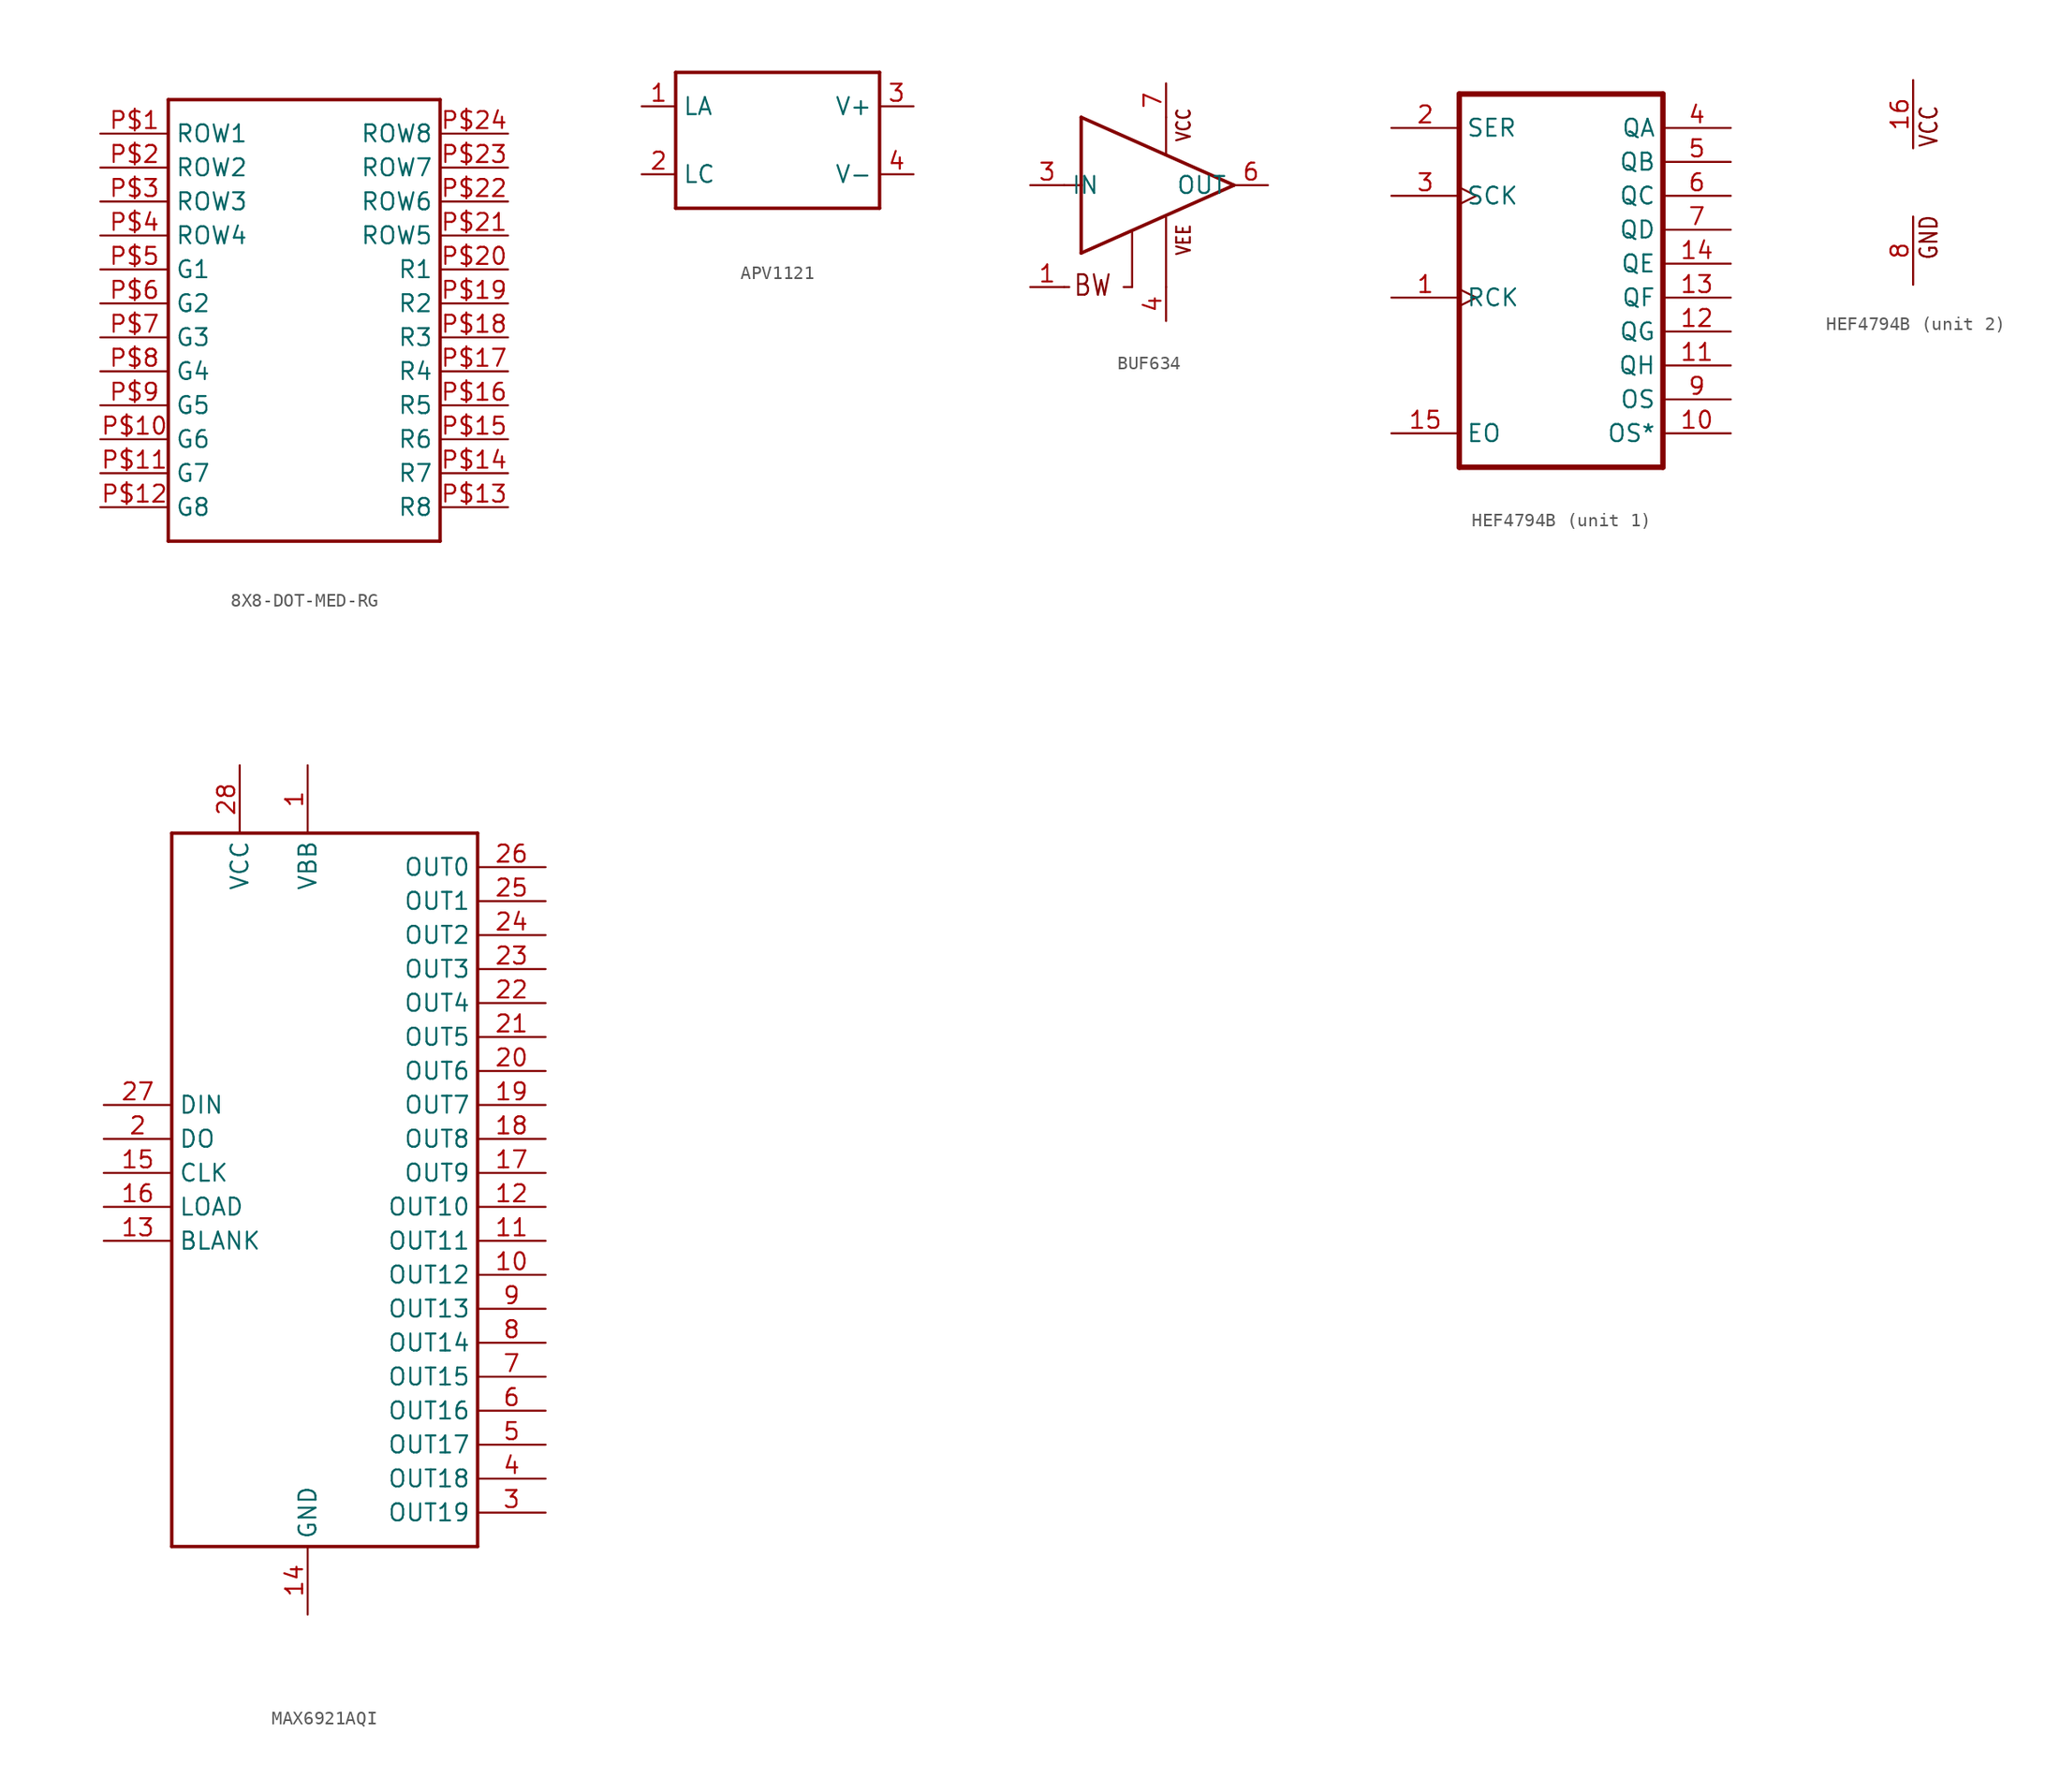
<source format=kicad_sym>
(kicad_symbol_lib
  (version 20231120)
  (generator "kicad_symbol_editor")
  (generator_version "8.0")
  (symbol "8X8-DOT-MED-RG"
    (property "Reference" "DS"
      (at -0.508 16.51 0)
      (effects (font (size 1.27 1.27)) (hide yes)))
    (symbol "8X8-DOT-MED-RG_1_0"
      (polyline (pts (xy -10.16 -17.78) (xy -10.16 15.24)) (stroke (width 0.254) (type solid)) (fill (type none)))
      (polyline (pts (xy -10.16 15.24) (xy 10.16 15.24)) (stroke (width 0.254) (type solid)) (fill (type none)))
      (polyline (pts (xy 10.16 -17.78) (xy -10.16 -17.78)) (stroke (width 0.254) (type solid)) (fill (type none)))
      (polyline (pts (xy 10.16 15.24) (xy 10.16 -17.78)) (stroke (width 0.254) (type solid)) (fill (type none)))
      (pin bidirectional line (at -15.24 12.7 0) (length 5.08) (name "ROW1" (effects (font (size 1.27 1.27)))) (number "P$1" (effects (font (size 1.27 1.27)))))
      (pin bidirectional line (at -15.24 -10.16 0) (length 5.08) (name "G6" (effects (font (size 1.27 1.27)))) (number "P$10" (effects (font (size 1.27 1.27)))))
      (pin bidirectional line (at -15.24 -12.7 0) (length 5.08) (name "G7" (effects (font (size 1.27 1.27)))) (number "P$11" (effects (font (size 1.27 1.27)))))
      (pin bidirectional line (at -15.24 -15.24 0) (length 5.08) (name "G8" (effects (font (size 1.27 1.27)))) (number "P$12" (effects (font (size 1.27 1.27)))))
      (pin bidirectional line (at 15.24 -15.24 180) (length 5.08) (name "R8" (effects (font (size 1.27 1.27)))) (number "P$13" (effects (font (size 1.27 1.27)))))
      (pin bidirectional line (at 15.24 -12.7 180) (length 5.08) (name "R7" (effects (font (size 1.27 1.27)))) (number "P$14" (effects (font (size 1.27 1.27)))))
      (pin bidirectional line (at 15.24 -10.16 180) (length 5.08) (name "R6" (effects (font (size 1.27 1.27)))) (number "P$15" (effects (font (size 1.27 1.27)))))
      (pin bidirectional line (at 15.24 -7.62 180) (length 5.08) (name "R5" (effects (font (size 1.27 1.27)))) (number "P$16" (effects (font (size 1.27 1.27)))))
      (pin bidirectional line (at 15.24 -5.08 180) (length 5.08) (name "R4" (effects (font (size 1.27 1.27)))) (number "P$17" (effects (font (size 1.27 1.27)))))
      (pin bidirectional line (at 15.24 -2.54 180) (length 5.08) (name "R3" (effects (font (size 1.27 1.27)))) (number "P$18" (effects (font (size 1.27 1.27)))))
      (pin bidirectional line (at 15.24 0 180) (length 5.08) (name "R2" (effects (font (size 1.27 1.27)))) (number "P$19" (effects (font (size 1.27 1.27)))))
      (pin bidirectional line (at -15.24 10.16 0) (length 5.08) (name "ROW2" (effects (font (size 1.27 1.27)))) (number "P$2" (effects (font (size 1.27 1.27)))))
      (pin bidirectional line (at 15.24 2.54 180) (length 5.08) (name "R1" (effects (font (size 1.27 1.27)))) (number "P$20" (effects (font (size 1.27 1.27)))))
      (pin bidirectional line (at 15.24 5.08 180) (length 5.08) (name "ROW5" (effects (font (size 1.27 1.27)))) (number "P$21" (effects (font (size 1.27 1.27)))))
      (pin bidirectional line (at 15.24 7.62 180) (length 5.08) (name "ROW6" (effects (font (size 1.27 1.27)))) (number "P$22" (effects (font (size 1.27 1.27)))))
      (pin bidirectional line (at 15.24 10.16 180) (length 5.08) (name "ROW7" (effects (font (size 1.27 1.27)))) (number "P$23" (effects (font (size 1.27 1.27)))))
      (pin bidirectional line (at 15.24 12.7 180) (length 5.08) (name "ROW8" (effects (font (size 1.27 1.27)))) (number "P$24" (effects (font (size 1.27 1.27)))))
      (pin bidirectional line (at -15.24 7.62 0) (length 5.08) (name "ROW3" (effects (font (size 1.27 1.27)))) (number "P$3" (effects (font (size 1.27 1.27)))))
      (pin bidirectional line (at -15.24 5.08 0) (length 5.08) (name "ROW4" (effects (font (size 1.27 1.27)))) (number "P$4" (effects (font (size 1.27 1.27)))))
      (pin bidirectional line (at -15.24 2.54 0) (length 5.08) (name "G1" (effects (font (size 1.27 1.27)))) (number "P$5" (effects (font (size 1.27 1.27)))))
      (pin bidirectional line (at -15.24 0 0) (length 5.08) (name "G2" (effects (font (size 1.27 1.27)))) (number "P$6" (effects (font (size 1.27 1.27)))))
      (pin bidirectional line (at -15.24 -2.54 0) (length 5.08) (name "G3" (effects (font (size 1.27 1.27)))) (number "P$7" (effects (font (size 1.27 1.27)))))
      (pin bidirectional line (at -15.24 -5.08 0) (length 5.08) (name "G4" (effects (font (size 1.27 1.27)))) (number "P$8" (effects (font (size 1.27 1.27)))))
      (pin bidirectional line (at -15.24 -7.62 0) (length 5.08) (name "G5" (effects (font (size 1.27 1.27)))) (number "P$9" (effects (font (size 1.27 1.27)))))))
  (symbol "APV1121"
    (property "Reference" "U"
      (at -7.62 5.588 0)
      (effects (font (size 1.27 1.079)) (justify left bottom) (hide yes)))
    (property "Value" ""
      (at -7.62 -7.62 0)
      (effects (font (size 1.27 1.079)) (justify left bottom)))
    (symbol "APV1121_1_0"
      (polyline (pts (xy -7.62 -5.08) (xy -7.62 5.08)) (stroke (width 0.254) (type solid)) (fill (type none)))
      (polyline (pts (xy -7.62 5.08) (xy 7.62 5.08)) (stroke (width 0.254) (type solid)) (fill (type none)))
      (polyline (pts (xy 7.62 -5.08) (xy -7.62 -5.08)) (stroke (width 0.254) (type solid)) (fill (type none)))
      (polyline (pts (xy 7.62 5.08) (xy 7.62 -5.08)) (stroke (width 0.254) (type solid)) (fill (type none)))
      (pin bidirectional line (at -10.16 2.54 0) (length 2.54) (name "LA" (effects (font (size 1.27 1.27)))) (number "1" (effects (font (size 1.27 1.27)))))
      (pin bidirectional line (at -10.16 -2.54 0) (length 2.54) (name "LC" (effects (font (size 1.27 1.27)))) (number "2" (effects (font (size 1.27 1.27)))))
      (pin bidirectional line (at 10.16 2.54 180) (length 2.54) (name "V+" (effects (font (size 1.27 1.27)))) (number "3" (effects (font (size 1.27 1.27)))))
      (pin bidirectional line (at 10.16 -2.54 180) (length 2.54) (name "V-" (effects (font (size 1.27 1.27)))) (number "4" (effects (font (size 1.27 1.27)))))))
  (symbol "BUF634"
    (property "Reference" "U"
      (at 0 0 0)
      (effects (font (size 1.27 1.27)) (hide yes)))
    (symbol "BUF634_1_0"
      (polyline (pts (xy -5.08 -7.62) (xy -4.699 -7.62)) (stroke (width 0.152) (type solid)) (fill (type none)))
      (polyline (pts (xy -5.08 0) (xy -3.81 0)) (stroke (width 0.152) (type solid)) (fill (type none)))
      (polyline (pts (xy -3.81 -5.08) (xy 7.62 0)) (stroke (width 0.254) (type solid)) (fill (type none)))
      (polyline (pts (xy -3.81 0) (xy -3.81 -5.08)) (stroke (width 0.254) (type solid)) (fill (type none)))
      (polyline (pts (xy -3.81 5.08) (xy -3.81 0)) (stroke (width 0.254) (type solid)) (fill (type none)))
      (polyline (pts (xy -0.635 -7.62) (xy 0 -7.62)) (stroke (width 0.152) (type solid)) (fill (type none)))
      (polyline (pts (xy 0 -7.62) (xy 0 -3.429)) (stroke (width 0.152) (type solid)) (fill (type none)))
      (polyline (pts (xy 2.54 -7.62) (xy 2.54 -2.413)) (stroke (width 0.152) (type solid)) (fill (type none)))
      (polyline (pts (xy 2.54 5.08) (xy 2.54 2.286)) (stroke (width 0.152) (type solid)) (fill (type none)))
      (polyline (pts (xy 7.62 0) (xy -3.81 5.08)) (stroke (width 0.254) (type solid)) (fill (type none)))
      (text "BW" (at -4.445 -8.382 0) (effects (font (size 1.524 1.295)) (justify left bottom)))
      (text "VCC" (at 4.445 3.175 900) (effects (font (size 1.016 0.864)) (justify left bottom)))
      (text "VEE" (at 4.445 -5.334 900) (effects (font (size 1.016 0.864)) (justify left bottom)))
      (pin input line (at -7.62 -7.62 0) (length 2.54) (name "BW" (effects (font (size 0 0)))) (number "1" (effects (font (size 1.27 1.27)))))
      (pin input line (at -7.62 0 0) (length 2.54) (name "IN" (effects (font (size 1.27 1.27)))) (number "3" (effects (font (size 1.27 1.27)))))
      (pin power_in line (at 2.54 -10.16 90) (length 2.54) (name "VEE@1" (effects (font (size 0 0)))) (number "4" (effects (font (size 1.27 1.27)))))
      (pin output line (at 10.16 0 180) (length 2.54) (name "OUT" (effects (font (size 1.27 1.27)))) (number "6" (effects (font (size 1.27 1.27)))))
      (pin power_in line (at 2.54 7.62 270) (length 2.54) (name "VCC" (effects (font (size 0 0)))) (number "7" (effects (font (size 1.27 1.27)))))))
  (symbol "HEF4794B"
    (property "Reference" "U"
      (at -7.874 13.208 0)
      (effects (font (size 1.778 1.511)) (justify left bottom) (hide yes)))
    (property "ki_locked" ""
      (at 0 0 0)
      (effects (font (size 1.27 1.27))))
    (symbol "HEF4794B_1_0"
      (polyline (pts (xy -7.62 -15.24) (xy 7.62 -15.24)) (stroke (width 0.406) (type solid)) (fill (type none)))
      (polyline (pts (xy -7.62 12.7) (xy -7.62 -15.24)) (stroke (width 0.406) (type solid)) (fill (type none)))
      (polyline (pts (xy 7.62 -15.24) (xy 7.62 12.7)) (stroke (width 0.406) (type solid)) (fill (type none)))
      (polyline (pts (xy 7.62 12.7) (xy -7.62 12.7)) (stroke (width 0.406) (type solid)) (fill (type none)))
      (pin input clock (at -12.7 -2.54 0) (length 5.08) (name "RCK" (effects (font (size 1.27 1.27)))) (number "1" (effects (font (size 1.27 1.27)))))
      (pin tri_state line (at 12.7 -12.7 180) (length 5.08) (name "OS*" (effects (font (size 1.27 1.27)))) (number "10" (effects (font (size 1.27 1.27)))))
      (pin tri_state line (at 12.7 -7.62 180) (length 5.08) (name "QH" (effects (font (size 1.27 1.27)))) (number "11" (effects (font (size 1.27 1.27)))))
      (pin tri_state line (at 12.7 -5.08 180) (length 5.08) (name "QG" (effects (font (size 1.27 1.27)))) (number "12" (effects (font (size 1.27 1.27)))))
      (pin tri_state line (at 12.7 -2.54 180) (length 5.08) (name "QF" (effects (font (size 1.27 1.27)))) (number "13" (effects (font (size 1.27 1.27)))))
      (pin tri_state line (at 12.7 0 180) (length 5.08) (name "QE" (effects (font (size 1.27 1.27)))) (number "14" (effects (font (size 1.27 1.27)))))
      (pin input line (at -12.7 -12.7 0) (length 5.08) (name "EO" (effects (font (size 1.27 1.27)))) (number "15" (effects (font (size 1.27 1.27)))))
      (pin input line (at -12.7 10.16 0) (length 5.08) (name "SER" (effects (font (size 1.27 1.27)))) (number "2" (effects (font (size 1.27 1.27)))))
      (pin input clock (at -12.7 5.08 0) (length 5.08) (name "SCK" (effects (font (size 1.27 1.27)))) (number "3" (effects (font (size 1.27 1.27)))))
      (pin tri_state line (at 12.7 10.16 180) (length 5.08) (name "QA" (effects (font (size 1.27 1.27)))) (number "4" (effects (font (size 1.27 1.27)))))
      (pin tri_state line (at 12.7 7.62 180) (length 5.08) (name "QB" (effects (font (size 1.27 1.27)))) (number "5" (effects (font (size 1.27 1.27)))))
      (pin tri_state line (at 12.7 5.08 180) (length 5.08) (name "QC" (effects (font (size 1.27 1.27)))) (number "6" (effects (font (size 1.27 1.27)))))
      (pin tri_state line (at 12.7 2.54 180) (length 5.08) (name "QD" (effects (font (size 1.27 1.27)))) (number "7" (effects (font (size 1.27 1.27)))))
      (pin tri_state line (at 12.7 -10.16 180) (length 5.08) (name "OS" (effects (font (size 1.27 1.27)))) (number "9" (effects (font (size 1.27 1.27))))))
    (symbol "HEF4794B_2_0"
      (text "GND" (at 1.905 -5.842 900) (effects (font (size 1.27 1.079)) (justify left bottom)))
      (text "VCC" (at 1.905 2.54 900) (effects (font (size 1.27 1.079)) (justify left bottom)))
      (pin power_in line (at 0 7.62 270) (length 5.08) (name "VCC" (effects (font (size 0 0)))) (number "16" (effects (font (size 1.27 1.27)))))
      (pin power_in line (at 0 -7.62 90) (length 5.08) (name "GND" (effects (font (size 0 0)))) (number "8" (effects (font (size 1.27 1.27)))))))
  (symbol "MAX6921AQI"
    (property "Reference" "U"
      (at 2.54 27.94 0)
      (effects (font (size 1.778 1.511)) (justify left bottom) (hide yes)))
    (property "Value" ""
      (at 2.54 -30.48 0)
      (effects (font (size 1.778 1.511)) (justify left bottom)))
    (symbol "MAX6921AQI_1_0"
      (polyline (pts (xy -12.7 -27.94) (xy 10.16 -27.94)) (stroke (width 0.254) (type solid)) (fill (type none)))
      (polyline (pts (xy -12.7 25.4) (xy -12.7 -27.94)) (stroke (width 0.254) (type solid)) (fill (type none)))
      (polyline (pts (xy 10.16 -27.94) (xy 10.16 25.4)) (stroke (width 0.254) (type solid)) (fill (type none)))
      (polyline (pts (xy 10.16 25.4) (xy -12.7 25.4)) (stroke (width 0.254) (type solid)) (fill (type none)))
      (pin power_in line (at -2.54 30.48 270) (length 5.08) (name "VBB" (effects (font (size 1.27 1.27)))) (number "1" (effects (font (size 1.27 1.27)))))
      (pin bidirectional line (at 15.24 -7.62 180) (length 5.08) (name "OUT12" (effects (font (size 1.27 1.27)))) (number "10" (effects (font (size 1.27 1.27)))))
      (pin bidirectional line (at 15.24 -5.08 180) (length 5.08) (name "OUT11" (effects (font (size 1.27 1.27)))) (number "11" (effects (font (size 1.27 1.27)))))
      (pin bidirectional line (at 15.24 -2.54 180) (length 5.08) (name "OUT10" (effects (font (size 1.27 1.27)))) (number "12" (effects (font (size 1.27 1.27)))))
      (pin input line (at -17.78 -5.08 0) (length 5.08) (name "BLANK" (effects (font (size 1.27 1.27)))) (number "13" (effects (font (size 1.27 1.27)))))
      (pin bidirectional line (at -2.54 -33.02 90) (length 5.08) (name "GND" (effects (font (size 1.27 1.27)))) (number "14" (effects (font (size 1.27 1.27)))))
      (pin input line (at -17.78 0 0) (length 5.08) (name "CLK" (effects (font (size 1.27 1.27)))) (number "15" (effects (font (size 1.27 1.27)))))
      (pin input line (at -17.78 -2.54 0) (length 5.08) (name "LOAD" (effects (font (size 1.27 1.27)))) (number "16" (effects (font (size 1.27 1.27)))))
      (pin bidirectional line (at 15.24 0 180) (length 5.08) (name "OUT9" (effects (font (size 1.27 1.27)))) (number "17" (effects (font (size 1.27 1.27)))))
      (pin bidirectional line (at 15.24 2.54 180) (length 5.08) (name "OUT8" (effects (font (size 1.27 1.27)))) (number "18" (effects (font (size 1.27 1.27)))))
      (pin bidirectional line (at 15.24 5.08 180) (length 5.08) (name "OUT7" (effects (font (size 1.27 1.27)))) (number "19" (effects (font (size 1.27 1.27)))))
      (pin input line (at -17.78 2.54 0) (length 5.08) (name "DO" (effects (font (size 1.27 1.27)))) (number "2" (effects (font (size 1.27 1.27)))))
      (pin bidirectional line (at 15.24 7.62 180) (length 5.08) (name "OUT6" (effects (font (size 1.27 1.27)))) (number "20" (effects (font (size 1.27 1.27)))))
      (pin bidirectional line (at 15.24 10.16 180) (length 5.08) (name "OUT5" (effects (font (size 1.27 1.27)))) (number "21" (effects (font (size 1.27 1.27)))))
      (pin bidirectional line (at 15.24 12.7 180) (length 5.08) (name "OUT4" (effects (font (size 1.27 1.27)))) (number "22" (effects (font (size 1.27 1.27)))))
      (pin bidirectional line (at 15.24 15.24 180) (length 5.08) (name "OUT3" (effects (font (size 1.27 1.27)))) (number "23" (effects (font (size 1.27 1.27)))))
      (pin bidirectional line (at 15.24 17.78 180) (length 5.08) (name "OUT2" (effects (font (size 1.27 1.27)))) (number "24" (effects (font (size 1.27 1.27)))))
      (pin bidirectional line (at 15.24 20.32 180) (length 5.08) (name "OUT1" (effects (font (size 1.27 1.27)))) (number "25" (effects (font (size 1.27 1.27)))))
      (pin bidirectional line (at 15.24 22.86 180) (length 5.08) (name "OUT0" (effects (font (size 1.27 1.27)))) (number "26" (effects (font (size 1.27 1.27)))))
      (pin input line (at -17.78 5.08 0) (length 5.08) (name "DIN" (effects (font (size 1.27 1.27)))) (number "27" (effects (font (size 1.27 1.27)))))
      (pin power_in line (at -7.62 30.48 270) (length 5.08) (name "VCC" (effects (font (size 1.27 1.27)))) (number "28" (effects (font (size 1.27 1.27)))))
      (pin bidirectional line (at 15.24 -25.4 180) (length 5.08) (name "OUT19" (effects (font (size 1.27 1.27)))) (number "3" (effects (font (size 1.27 1.27)))))
      (pin bidirectional line (at 15.24 -22.86 180) (length 5.08) (name "OUT18" (effects (font (size 1.27 1.27)))) (number "4" (effects (font (size 1.27 1.27)))))
      (pin bidirectional line (at 15.24 -20.32 180) (length 5.08) (name "OUT17" (effects (font (size 1.27 1.27)))) (number "5" (effects (font (size 1.27 1.27)))))
      (pin bidirectional line (at 15.24 -17.78 180) (length 5.08) (name "OUT16" (effects (font (size 1.27 1.27)))) (number "6" (effects (font (size 1.27 1.27)))))
      (pin bidirectional line (at 15.24 -15.24 180) (length 5.08) (name "OUT15" (effects (font (size 1.27 1.27)))) (number "7" (effects (font (size 1.27 1.27)))))
      (pin bidirectional line (at 15.24 -12.7 180) (length 5.08) (name "OUT14" (effects (font (size 1.27 1.27)))) (number "8" (effects (font (size 1.27 1.27)))))
      (pin bidirectional line (at 15.24 -10.16 180) (length 5.08) (name "OUT13" (effects (font (size 1.27 1.27)))) (number "9" (effects (font (size 1.27 1.27))))))))
</source>
